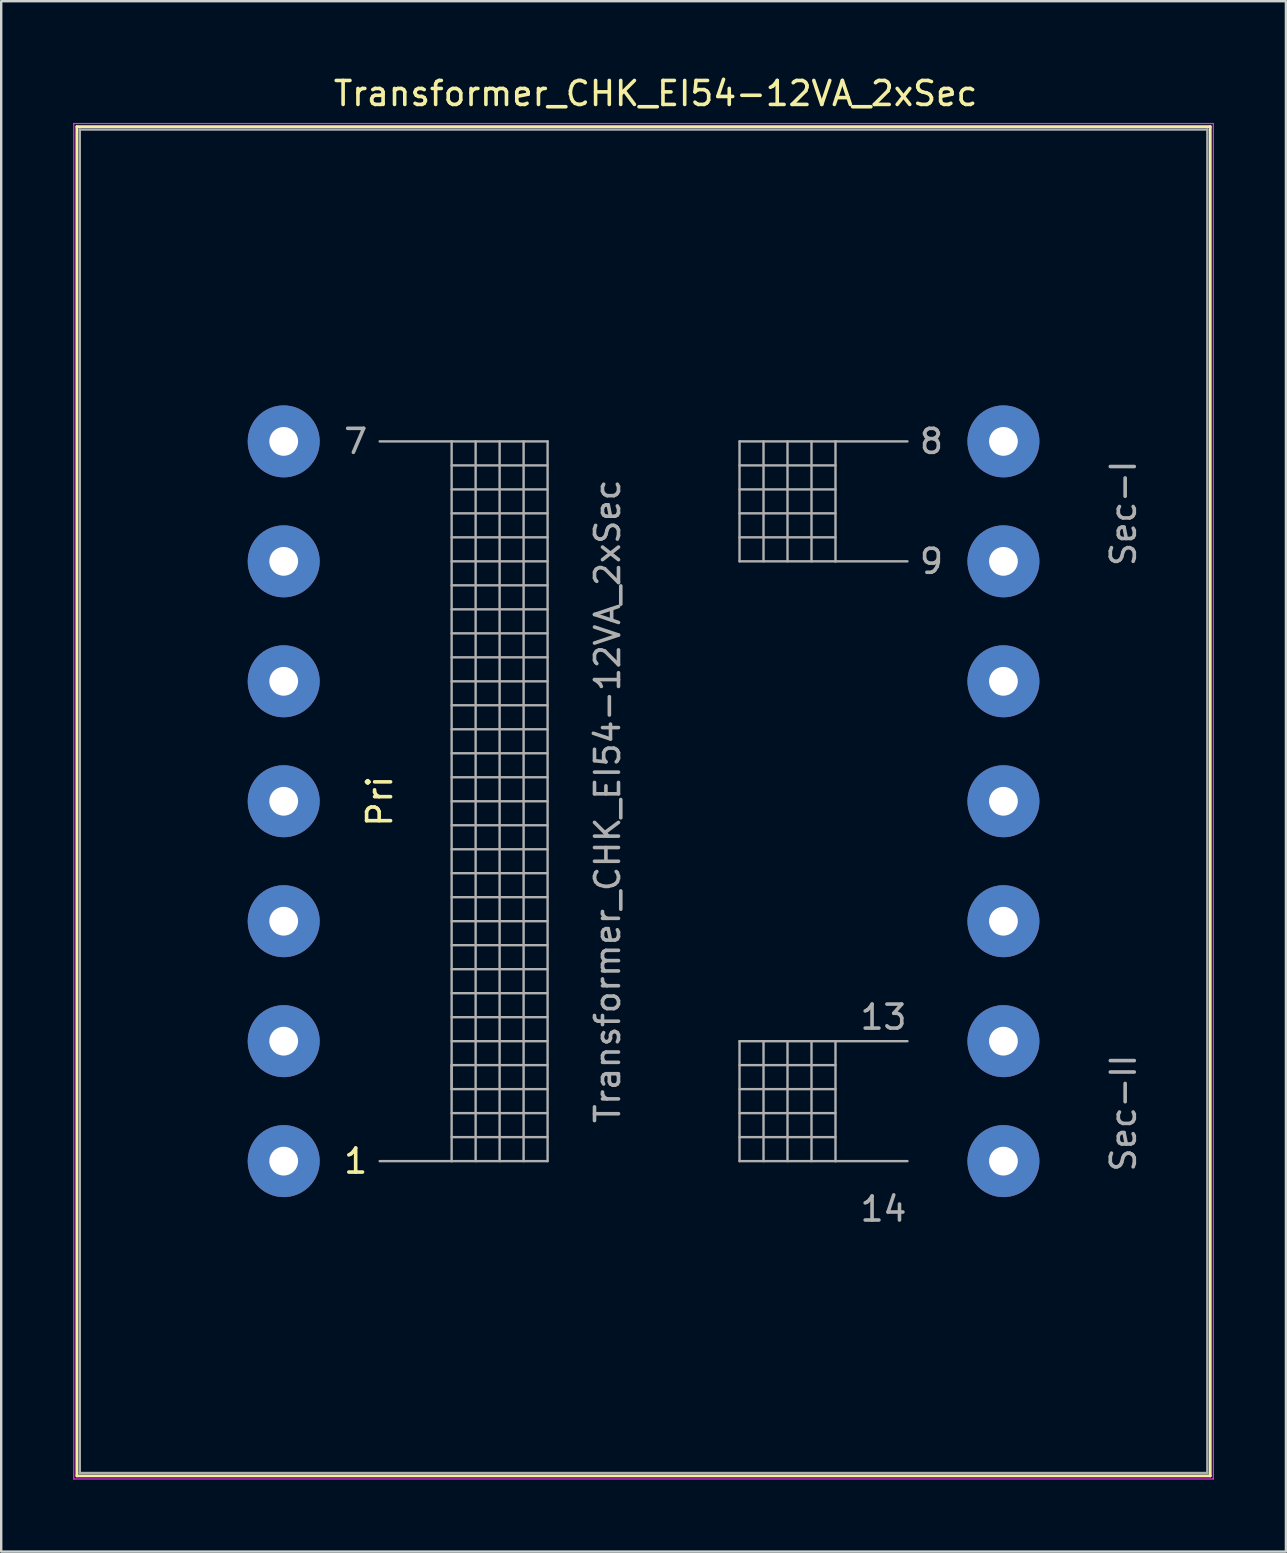
<source format=kicad_pcb>
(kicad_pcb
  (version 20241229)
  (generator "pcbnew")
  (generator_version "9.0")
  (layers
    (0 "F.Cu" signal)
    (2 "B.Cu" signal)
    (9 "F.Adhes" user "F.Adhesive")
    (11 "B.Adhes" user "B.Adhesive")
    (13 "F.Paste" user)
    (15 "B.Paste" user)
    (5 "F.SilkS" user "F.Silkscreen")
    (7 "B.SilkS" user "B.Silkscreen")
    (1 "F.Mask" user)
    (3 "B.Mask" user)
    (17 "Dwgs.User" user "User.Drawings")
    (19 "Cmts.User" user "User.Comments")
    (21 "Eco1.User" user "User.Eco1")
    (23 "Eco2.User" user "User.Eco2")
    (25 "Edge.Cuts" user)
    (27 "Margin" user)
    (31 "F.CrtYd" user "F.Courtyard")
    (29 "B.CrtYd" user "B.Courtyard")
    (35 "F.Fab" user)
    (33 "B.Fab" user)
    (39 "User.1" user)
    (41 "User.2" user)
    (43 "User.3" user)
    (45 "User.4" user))
  (footprint "Transformer_CHK_EI54-12VA_2xSec"
    (layer "F.Cu")
    (at 8.775 45.348)
    (property "Reference" "Transformer_CHK_EI54-12VA_2xSec" (at 15.5 -44.5 0) (layer "F.SilkS") (effects (font (size 1 1) (thickness 0.15))))
    (attr through_hole)
    (fp_line (start -8.62 -43.12) (end -8.62 13.12) (stroke (width 0.12) (type solid)) (layer "F.SilkS"))
    (fp_line (start -8.62 -43.12) (end 38.62 -43.12) (stroke (width 0.12) (type solid)) (layer "F.SilkS"))
    (fp_line (start 38.62 13.12) (end -8.62 13.12) (stroke (width 0.12) (type solid)) (layer "F.SilkS"))
    (fp_line (start 38.62 13.12) (end 38.62 -43.12) (stroke (width 0.12) (type solid)) (layer "F.SilkS"))
    (fp_line (start -8.75 -43.25) (end -8.75 13.25) (stroke (width 0.05) (type solid)) (layer "F.CrtYd"))
    (fp_line (start -8.75 -43.25) (end 38.75 -43.25) (stroke (width 0.05) (type solid)) (layer "F.CrtYd"))
    (fp_line (start 38.75 13.25) (end -8.75 13.25) (stroke (width 0.05) (type solid)) (layer "F.CrtYd"))
    (fp_line (start 38.75 13.25) (end 38.75 -43.25) (stroke (width 0.05) (type solid)) (layer "F.CrtYd"))
    (fp_line (start -8.5 -43) (end -8.5 13) (stroke (width 0.1) (type solid)) (layer "F.Fab"))
    (fp_line (start -8.5 13) (end 38.5 13) (stroke (width 0.1) (type solid)) (layer "F.Fab"))
    (fp_line (start 4 -30) (end 7 -30) (stroke (width 0.1) (type solid)) (layer "F.Fab"))
    (fp_line (start 7 -30) (end 7 0) (stroke (width 0.1) (type solid)) (layer "F.Fab"))
    (fp_line (start 7 -30) (end 11 -30) (stroke (width 0.1) (type solid)) (layer "F.Fab"))
    (fp_line (start 7 -29) (end 11 -29) (stroke (width 0.1) (type solid)) (layer "F.Fab"))
    (fp_line (start 7 -27) (end 11 -27) (stroke (width 0.1) (type solid)) (layer "F.Fab"))
    (fp_line (start 7 -25) (end 11 -25) (stroke (width 0.1) (type solid)) (layer "F.Fab"))
    (fp_line (start 7 -23) (end 11 -23) (stroke (width 0.1) (type solid)) (layer "F.Fab"))
    (fp_line (start 7 -21) (end 11 -21) (stroke (width 0.1) (type solid)) (layer "F.Fab"))
    (fp_line (start 7 -19) (end 11 -19) (stroke (width 0.1) (type solid)) (layer "F.Fab"))
    (fp_line (start 7 -17) (end 11 -17) (stroke (width 0.1) (type solid)) (layer "F.Fab"))
    (fp_line (start 7 -15) (end 11 -15) (stroke (width 0.1) (type solid)) (layer "F.Fab"))
    (fp_line (start 7 -13) (end 11 -13) (stroke (width 0.1) (type solid)) (layer "F.Fab"))
    (fp_line (start 7 -11) (end 11 -11) (stroke (width 0.1) (type solid)) (layer "F.Fab"))
    (fp_line (start 7 -9) (end 11 -9) (stroke (width 0.1) (type solid)) (layer "F.Fab"))
    (fp_line (start 7 -7) (end 11 -7) (stroke (width 0.1) (type solid)) (layer "F.Fab"))
    (fp_line (start 7 -5) (end 11 -5) (stroke (width 0.1) (type solid)) (layer "F.Fab"))
    (fp_line (start 7 -4) (end 7 -3) (stroke (width 0.1) (type solid)) (layer "F.Fab"))
    (fp_line (start 7 -3) (end 11 -3) (stroke (width 0.1) (type solid)) (layer "F.Fab"))
    (fp_line (start 7 -1) (end 11 -1) (stroke (width 0.1) (type solid)) (layer "F.Fab"))
    (fp_line (start 7 0) (end 4 0) (stroke (width 0.1) (type solid)) (layer "F.Fab"))
    (fp_line (start 8 -30) (end 8 0) (stroke (width 0.1) (type solid)) (layer "F.Fab"))
    (fp_line (start 9 -30) (end 9 0) (stroke (width 0.1) (type solid)) (layer "F.Fab"))
    (fp_line (start 10 -12) (end 7 -12) (stroke (width 0.1) (type solid)) (layer "F.Fab"))
    (fp_line (start 10 -12) (end 11 -12) (stroke (width 0.1) (type solid)) (layer "F.Fab"))
    (fp_line (start 10 0) (end 10 -30) (stroke (width 0.1) (type solid)) (layer "F.Fab"))
    (fp_line (start 11 -30) (end 11 0) (stroke (width 0.1) (type solid)) (layer "F.Fab"))
    (fp_line (start 11 -28) (end 7 -28) (stroke (width 0.1) (type solid)) (layer "F.Fab"))
    (fp_line (start 11 -26) (end 7 -26) (stroke (width 0.1) (type solid)) (layer "F.Fab"))
    (fp_line (start 11 -24) (end 7 -24) (stroke (width 0.1) (type solid)) (layer "F.Fab"))
    (fp_line (start 11 -22) (end 7 -22) (stroke (width 0.1) (type solid)) (layer "F.Fab"))
    (fp_line (start 11 -20) (end 7 -20) (stroke (width 0.1) (type solid)) (layer "F.Fab"))
    (fp_line (start 11 -18) (end 7 -18) (stroke (width 0.1) (type solid)) (layer "F.Fab"))
    (fp_line (start 11 -16) (end 7 -16) (stroke (width 0.1) (type solid)) (layer "F.Fab"))
    (fp_line (start 11 -14) (end 7 -14) (stroke (width 0.1) (type solid)) (layer "F.Fab"))
    (fp_line (start 11 -10) (end 7 -10) (stroke (width 0.1) (type solid)) (layer "F.Fab"))
    (fp_line (start 11 -8) (end 7 -8) (stroke (width 0.1) (type solid)) (layer "F.Fab"))
    (fp_line (start 11 -6) (end 7 -6) (stroke (width 0.1) (type solid)) (layer "F.Fab"))
    (fp_line (start 11 -4) (end 7 -4) (stroke (width 0.1) (type solid)) (layer "F.Fab"))
    (fp_line (start 11 -2) (end 7 -2) (stroke (width 0.1) (type solid)) (layer "F.Fab"))
    (fp_line (start 11 0) (end 7 0) (stroke (width 0.1) (type solid)) (layer "F.Fab"))
    (fp_line (start 19 -30) (end 19 -25) (stroke (width 0.1) (type solid)) (layer "F.Fab"))
    (fp_line (start 19 -29) (end 23 -29) (stroke (width 0.1) (type solid)) (layer "F.Fab"))
    (fp_line (start 19 -27) (end 23 -27) (stroke (width 0.1) (type solid)) (layer "F.Fab"))
    (fp_line (start 19 -25) (end 23 -25) (stroke (width 0.1) (type solid)) (layer "F.Fab"))
    (fp_line (start 19 -5) (end 19 0) (stroke (width 0.1) (type solid)) (layer "F.Fab"))
    (fp_line (start 19 -4) (end 23 -4) (stroke (width 0.1) (type solid)) (layer "F.Fab"))
    (fp_line (start 19 -2) (end 23 -2) (stroke (width 0.1) (type solid)) (layer "F.Fab"))
    (fp_line (start 19 0) (end 23 0) (stroke (width 0.1) (type solid)) (layer "F.Fab"))
    (fp_line (start 20 -30) (end 20 -25) (stroke (width 0.1) (type solid)) (layer "F.Fab"))
    (fp_line (start 20 -5) (end 20 0) (stroke (width 0.1) (type solid)) (layer "F.Fab"))
    (fp_line (start 21 -30) (end 21 -25) (stroke (width 0.1) (type solid)) (layer "F.Fab"))
    (fp_line (start 21 -5) (end 21 0) (stroke (width 0.1) (type solid)) (layer "F.Fab"))
    (fp_line (start 22 -30) (end 22 -25) (stroke (width 0.1) (type solid)) (layer "F.Fab"))
    (fp_line (start 22 -5) (end 22 0) (stroke (width 0.1) (type solid)) (layer "F.Fab"))
    (fp_line (start 23 -30) (end 19 -30) (stroke (width 0.1) (type solid)) (layer "F.Fab"))
    (fp_line (start 23 -30) (end 23 -25) (stroke (width 0.1) (type solid)) (layer "F.Fab"))
    (fp_line (start 23 -28) (end 19 -28) (stroke (width 0.1) (type solid)) (layer "F.Fab"))
    (fp_line (start 23 -26) (end 19 -26) (stroke (width 0.1) (type solid)) (layer "F.Fab"))
    (fp_line (start 23 -25) (end 26 -25) (stroke (width 0.1) (type solid)) (layer "F.Fab"))
    (fp_line (start 23 -5) (end 19 -5) (stroke (width 0.1) (type solid)) (layer "F.Fab"))
    (fp_line (start 23 -5) (end 23 0) (stroke (width 0.1) (type solid)) (layer "F.Fab"))
    (fp_line (start 23 -3) (end 19 -3) (stroke (width 0.1) (type solid)) (layer "F.Fab"))
    (fp_line (start 23 -1) (end 19 -1) (stroke (width 0.1) (type solid)) (layer "F.Fab"))
    (fp_line (start 23 0) (end 26 0) (stroke (width 0.1) (type solid)) (layer "F.Fab"))
    (fp_line (start 26 -30) (end 23 -30) (stroke (width 0.1) (type solid)) (layer "F.Fab"))
    (fp_line (start 26 -5) (end 23 -5) (stroke (width 0.1) (type solid)) (layer "F.Fab"))
    (fp_line (start 38.5 -43) (end -8.5 -43) (stroke (width 0.1) (type solid)) (layer "F.Fab"))
    (fp_line (start 38.5 13) (end 38.5 -43) (stroke (width 0.1) (type solid)) (layer "F.Fab"))
    (fp_text user "1" (at 3 0 0) (layer "F.SilkS") (effects (font (size 1 1) (thickness 0.15))))
    (fp_text user "Pri" (at 4 -15 90) (layer "F.SilkS") (effects (font (size 1 1) (thickness 0.15))))
    (fp_text user "Sec-II" (at 35 -2 90) (layer "F.Fab") (effects (font (size 1 1) (thickness 0.15))))
    (fp_text user "14" (at 25 2 0) (layer "F.Fab") (effects (font (size 1 1) (thickness 0.15))))
    (fp_text user "9" (at 27 -25 0) (layer "F.Fab") (effects (font (size 1 1) (thickness 0.15))))
    (fp_text user "8" (at 27 -30 0) (layer "F.Fab") (effects (font (size 1 1) (thickness 0.15))))
    (fp_text user "7" (at 3 -30 0) (layer "F.Fab") (effects (font (size 1 1) (thickness 0.15))))
    (fp_text user "${REFERENCE}" (at 13.5 -15 90) (layer "F.Fab") (effects (font (size 1 1) (thickness 0.15))))
    (fp_text user "13" (at 25 -6 0) (layer "F.Fab") (effects (font (size 1 1) (thickness 0.15))))
    (fp_text user "Sec-I" (at 35 -27 90) (layer "F.Fab") (effects (font (size 1 1) (thickness 0.15))))
    (pad "1" thru_hole circle (at 0 0) (size 3 3) (drill 1.2) (layers "*.Cu" "*.Mask"))
    (pad "2" thru_hole circle (at 0 -5) (size 3 3) (drill 1.2) (layers "*.Cu" "*.Mask"))
    (pad "3" thru_hole circle (at 0 -10) (size 3 3) (drill 1.2) (layers "*.Cu" "*.Mask"))
    (pad "4" thru_hole circle (at 0 -15) (size 3 3) (drill 1.2) (layers "*.Cu" "*.Mask"))
    (pad "5" thru_hole circle (at 0 -20) (size 3 3) (drill 1.2) (layers "*.Cu" "*.Mask"))
    (pad "6" thru_hole circle (at 0 -25) (size 3 3) (drill 1.2) (layers "*.Cu" "*.Mask"))
    (pad "7" thru_hole circle (at 0 -30) (size 3 3) (drill 1.2) (layers "*.Cu" "*.Mask"))
    (pad "8" thru_hole circle (at 30 -30) (size 3 3) (drill 1.2) (layers "*.Cu" "*.Mask"))
    (pad "9" thru_hole circle (at 30 -25) (size 3 3) (drill 1.2) (layers "*.Cu" "*.Mask"))
    (pad "10" thru_hole circle (at 30 -20) (size 3 3) (drill 1.2) (layers "*.Cu" "*.Mask"))
    (pad "11" thru_hole circle (at 30 -15) (size 3 3) (drill 1.2) (layers "*.Cu" "*.Mask"))
    (pad "12" thru_hole circle (at 30 -10) (size 3 3) (drill 1.2) (layers "*.Cu" "*.Mask"))
    (pad "13" thru_hole circle (at 30 -5) (size 3 3) (drill 1.2) (layers "*.Cu" "*.Mask"))
    (pad "14" thru_hole circle (at 30 0) (size 3 3) (drill 1.2) (layers "*.Cu" "*.Mask")))
  (gr_rect
    (start -3 -3)
    (end 50.55 61.623)
    (stroke (width 0.1) (type default))
    (fill no)
    (layer "Edge.Cuts")))
</source>
